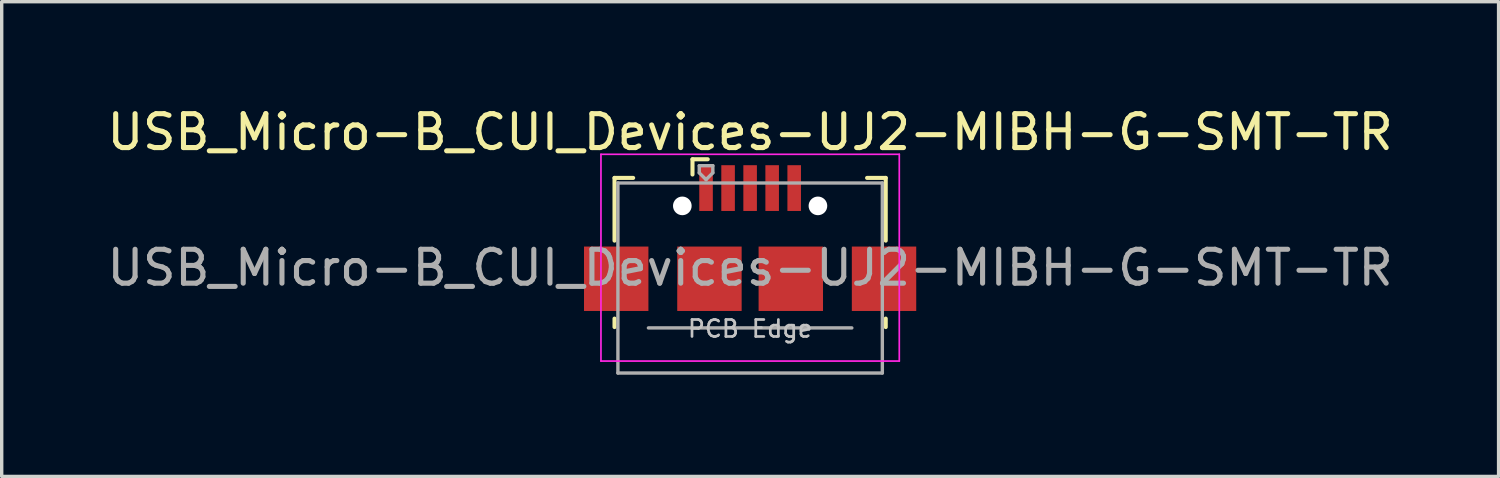
<source format=kicad_pcb>
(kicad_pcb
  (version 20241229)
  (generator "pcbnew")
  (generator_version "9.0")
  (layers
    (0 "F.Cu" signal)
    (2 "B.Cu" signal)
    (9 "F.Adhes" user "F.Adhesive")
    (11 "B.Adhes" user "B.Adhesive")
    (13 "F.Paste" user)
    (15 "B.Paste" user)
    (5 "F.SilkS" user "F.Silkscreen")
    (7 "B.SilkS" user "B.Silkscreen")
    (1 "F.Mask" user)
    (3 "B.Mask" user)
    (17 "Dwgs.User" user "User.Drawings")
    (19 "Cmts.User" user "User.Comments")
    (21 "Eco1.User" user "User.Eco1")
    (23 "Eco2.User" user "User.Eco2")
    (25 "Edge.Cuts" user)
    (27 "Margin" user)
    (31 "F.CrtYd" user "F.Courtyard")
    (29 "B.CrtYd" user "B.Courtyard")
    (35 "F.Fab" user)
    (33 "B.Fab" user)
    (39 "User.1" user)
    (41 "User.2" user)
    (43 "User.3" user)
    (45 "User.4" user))
  (footprint "USB_Micro-B_CUI_Devices-UJ2-MIBH-G-SMT-TR"
    (layer "F.Cu")
    (at 17.877 5.173)
    (property "Reference" "USB_Micro-B_CUI_Devices-UJ2-MIBH-G-SMT-TR" (at 1.2 -4.325 0) (layer "F.SilkS") (effects (font (size 1 1) (thickness 0.15))))
    (attr smd)
    (fp_line (start -2.8 -2.975) (end -2.25 -2.975) (stroke (width 0.12) (type solid)) (layer "F.SilkS"))
    (fp_line (start -2.8 -1.125) (end -2.8 -2.975) (stroke (width 0.12) (type solid)) (layer "F.SilkS"))
    (fp_line (start -2.8 1.425) (end -2.8 1.175) (stroke (width 0.12) (type solid)) (layer "F.SilkS"))
    (fp_line (start -0.5 -3.525) (end -0.5 -3.075) (stroke (width 0.12) (type solid)) (layer "F.SilkS"))
    (fp_line (start -0.5 -3.525) (end -0.05 -3.525) (stroke (width 0.12) (type solid)) (layer "F.SilkS"))
    (fp_line (start 5.2 -2.975) (end 4.65 -2.975) (stroke (width 0.12) (type solid)) (layer "F.SilkS"))
    (fp_line (start 5.2 -1.125) (end 5.2 -2.975) (stroke (width 0.12) (type solid)) (layer "F.SilkS"))
    (fp_line (start 5.2 1.425) (end 5.2 1.175) (stroke (width 0.12) (type solid)) (layer "F.SilkS"))
    (fp_line (start -3.2 -3.672) (end 5.6 -3.672) (stroke (width 0.05) (type solid)) (layer "F.CrtYd"))
    (fp_line (start -3.2 2.428) (end -3.2 -3.672) (stroke (width 0.05) (type solid)) (layer "F.CrtYd"))
    (fp_line (start -3.2 2.428) (end 5.6 2.428) (stroke (width 0.05) (type solid)) (layer "F.CrtYd"))
    (fp_line (start 5.6 -3.672) (end 5.6 2.428) (stroke (width 0.05) (type solid)) (layer "F.CrtYd"))
    (fp_line (start -2.7 -2.825) (end 5.1 -2.825) (stroke (width 0.1) (type solid)) (layer "F.Fab"))
    (fp_line (start -2.7 2.78) (end -2.7 -2.825) (stroke (width 0.1) (type solid)) (layer "F.Fab"))
    (fp_line (start -2.7 2.78) (end 5.1 2.78) (stroke (width 0.1) (type solid)) (layer "F.Fab"))
    (fp_line (start -1.8 1.45) (end 4.2 1.45) (stroke (width 0.1) (type solid)) (layer "F.Fab"))
    (fp_line (start -0.3 -3.335) (end -0.3 -3.125) (stroke (width 0.1) (type solid)) (layer "F.Fab"))
    (fp_line (start -0.3 -3.335) (end 0.1 -3.335) (stroke (width 0.1) (type solid)) (layer "F.Fab"))
    (fp_line (start -0.1 -2.925) (end -0.3 -3.125) (stroke (width 0.1) (type solid)) (layer "F.Fab"))
    (fp_line (start 0.1 -3.335) (end 0.1 -3.125) (stroke (width 0.1) (type solid)) (layer "F.Fab"))
    (fp_line (start 0.1 -3.125) (end -0.1 -2.925) (stroke (width 0.1) (type solid)) (layer "F.Fab"))
    (fp_line (start 5.1 2.78) (end 5.1 -2.825) (stroke (width 0.1) (type solid)) (layer "F.Fab"))
    (fp_text user "PCB Edge" (at 1.2 1.475 0) (layer "Dwgs.User") (effects (font (size 0.5 0.5) (thickness 0.08))))
    (fp_text user "${REFERENCE}" (at 1.2 -0.325 0) (layer "F.Fab") (effects (font (size 1 1) (thickness 0.15))))
    (pad "" np_thru_hole circle (at -0.8 -2.15) (size 0.55 0.55) (drill 0.55) (layers "*.Cu" "*.Mask"))
    (pad "" np_thru_hole circle (at 3.2 -2.15) (size 0.55 0.55) (drill 0.55) (layers "*.Cu" "*.Mask"))
    (pad "1" smd rect (at -0.1 -2.675) (size 0.4 1.35) (layers "F.Cu" "F.Mask" "F.Paste"))
    (pad "2" smd rect (at 0.55 -2.675) (size 0.4 1.35) (layers "F.Cu" "F.Mask" "F.Paste"))
    (pad "3" smd rect (at 1.2 -2.675) (size 0.4 1.35) (layers "F.Cu" "F.Mask" "F.Paste"))
    (pad "4" smd rect (at 1.85 -2.675) (size 0.4 1.35) (layers "F.Cu" "F.Mask" "F.Paste"))
    (pad "5" smd rect (at 2.5 -2.675) (size 0.4 1.35) (layers "F.Cu" "F.Mask" "F.Paste"))
    (pad "6" smd rect (at -2.75 0) (size 1.9 1.9) (layers "F.Cu" "F.Mask"))
    (pad "6" smd rect (at 0 0) (size 1.9 1.9) (layers "F.Cu" "F.Mask" "F.Paste"))
    (pad "6" smd rect (at 2.4 0) (size 1.9 1.9) (layers "F.Cu" "F.Mask" "F.Paste"))
    (pad "6" smd rect (at 5.15 0) (size 1.9 1.9) (layers "F.Cu" "F.Mask")))
  (gr_rect
    (start -3 -3)
    (end 41.155 11.003)
    (stroke (width 0.1) (type default))
    (fill no)
    (layer "Edge.Cuts")))
</source>
